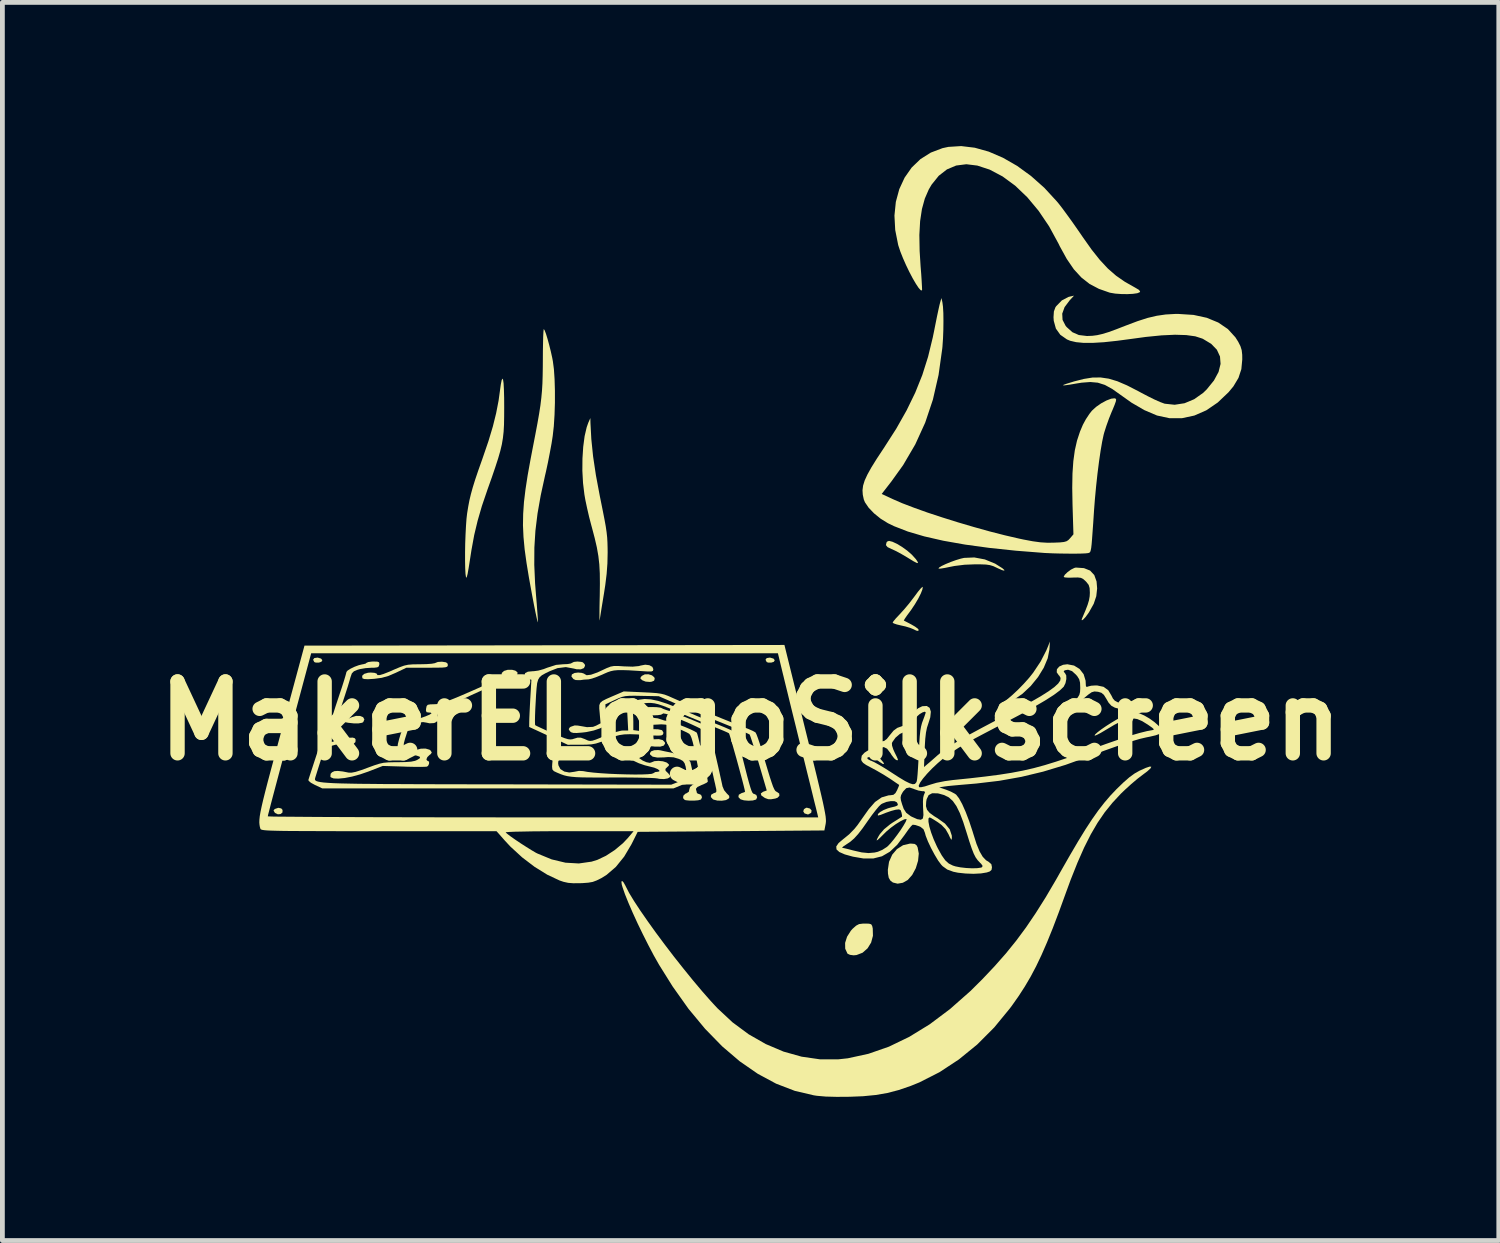
<source format=kicad_pcb>
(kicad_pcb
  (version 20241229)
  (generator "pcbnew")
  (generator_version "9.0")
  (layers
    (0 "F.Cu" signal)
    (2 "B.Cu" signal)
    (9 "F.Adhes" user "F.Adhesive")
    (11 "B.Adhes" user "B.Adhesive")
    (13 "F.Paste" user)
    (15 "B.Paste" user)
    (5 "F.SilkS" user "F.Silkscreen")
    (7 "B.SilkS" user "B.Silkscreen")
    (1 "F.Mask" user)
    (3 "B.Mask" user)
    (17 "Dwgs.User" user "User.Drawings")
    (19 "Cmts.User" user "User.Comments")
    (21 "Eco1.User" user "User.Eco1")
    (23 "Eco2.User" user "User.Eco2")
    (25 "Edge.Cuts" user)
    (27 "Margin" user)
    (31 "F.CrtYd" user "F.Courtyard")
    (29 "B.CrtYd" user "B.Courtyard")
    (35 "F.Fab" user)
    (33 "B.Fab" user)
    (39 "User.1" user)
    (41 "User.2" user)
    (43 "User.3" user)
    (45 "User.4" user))
  (footprint "MakerELogoSilkscreen"
    (layer "F.Cu")
    (at 12.621 12)
    (property "Reference" "MakerELogoSilkscreen" (at 0 0 0) (layer "F.SilkS") (effects (font (size 1.5 1.5) (thickness 0.3))))
    (attr board_only exclude_from_pos_files exclude_from_bom)
    (fp_poly (pts (xy -9.035 -1.319) (xy -8.967 -1.299) (xy -8.941 -1.265) (xy -8.961 -1.232) (xy -9.015 -1.215) (xy -9.078 -1.216) (xy -9.109 -1.227) (xy -9.134 -1.276) (xy -9.109 -1.31) (xy -9.043 -1.32)) (stroke (width 0) (type solid)) (fill yes) (layer "F.SilkS"))
    (fp_poly (pts (xy 0.41 -1.319) (xy 0.479 -1.299) (xy 0.505 -1.265) (xy 0.485 -1.232) (xy 0.431 -1.215) (xy 0.368 -1.216) (xy 0.337 -1.227) (xy 0.312 -1.276) (xy 0.337 -1.31) (xy 0.403 -1.32)) (stroke (width 0) (type solid)) (fill yes) (layer "F.SilkS"))
    (fp_poly (pts (xy -9.799 1.829) (xy -9.772 1.86) (xy -9.773 1.913) (xy -9.812 1.946) (xy -9.869 1.952) (xy -9.925 1.925) (xy -9.937 1.913) (xy -9.96 1.872) (xy -9.936 1.843) (xy -9.934 1.841) (xy -9.861 1.816)) (stroke (width 0) (type solid)) (fill yes) (layer "F.SilkS"))
    (fp_poly (pts (xy 1.239 1.831) (xy 1.274 1.871) (xy 1.267 1.917) (xy 1.261 1.924) (xy 1.2 1.956) (xy 1.13 1.934) (xy 1.126 1.932) (xy 1.1 1.89) (xy 1.115 1.844) (xy 1.16 1.816) (xy 1.176 1.814)) (stroke (width 0) (type solid)) (fill yes) (layer "F.SilkS"))
    (fp_poly (pts (xy -2.059 -0.95) (xy -2.011 -0.909) (xy -2.001 -0.878) (xy -2.015 -0.837) (xy -2.065 -0.817) (xy -2.102 -0.812) (xy -2.191 -0.819) (xy -2.261 -0.847) (xy -2.3 -0.882) (xy -2.293 -0.913) (xy -2.269 -0.939) (xy -2.209 -0.97) (xy -2.132 -0.972)) (stroke (width 0) (type solid)) (fill yes) (layer "F.SilkS"))
    (fp_poly (pts (xy 3.425 2.57) (xy 3.466 2.599) (xy 3.488 2.642) (xy 3.512 2.772) (xy 3.497 2.923) (xy 3.45 3.077) (xy 3.375 3.217) (xy 3.282 3.323) (xy 3.179 3.381) (xy 3.07 3.4) (xy 2.972 3.376) (xy 2.92 3.337) (xy 2.885 3.278) (xy 2.869 3.191) (xy 2.866 3.111) (xy 2.891 2.943) (xy 2.957 2.795) (xy 3.057 2.677) (xy 3.184 2.597) (xy 3.329 2.563) (xy 3.348 2.563)) (stroke (width 0) (type solid)) (fill yes) (layer "F.SilkS"))
    (fp_poly (pts (xy 2.472 4.235) (xy 2.518 4.248) (xy 2.539 4.282) (xy 2.551 4.335) (xy 2.555 4.488) (xy 2.517 4.63) (xy 2.442 4.751) (xy 2.338 4.842) (xy 2.213 4.89) (xy 2.152 4.896) (xy 2.076 4.886) (xy 2.025 4.862) (xy 2.023 4.86) (xy 1.976 4.758) (xy 1.974 4.636) (xy 2.015 4.507) (xy 2.094 4.382) (xy 2.13 4.342) (xy 2.203 4.277) (xy 2.265 4.244) (xy 2.343 4.234) (xy 2.386 4.233)) (stroke (width 0) (type solid)) (fill yes) (layer "F.SilkS"))
    (fp_poly (pts (xy 2.962 -3.739) (xy 3.057 -3.695) (xy 3.163 -3.631) (xy 3.27 -3.554) (xy 3.367 -3.469) (xy 3.445 -3.383) (xy 3.457 -3.368) (xy 3.49 -3.317) (xy 3.495 -3.293) (xy 3.467 -3.298) (xy 3.401 -3.332) (xy 3.293 -3.398) (xy 3.269 -3.413) (xy 3.155 -3.48) (xy 3.043 -3.541) (xy 2.954 -3.583) (xy 2.945 -3.586) (xy 2.86 -3.627) (xy 2.826 -3.669) (xy 2.838 -3.722) (xy 2.849 -3.741) (xy 2.89 -3.757)) (stroke (width 0) (type solid)) (fill yes) (layer "F.SilkS"))
    (fp_poly (pts (xy 6.24 -1.491) (xy 6.204 -1.306) (xy 6.122 -1.11) (xy 6.002 -0.914) (xy 5.851 -0.729) (xy 5.677 -0.565) (xy 5.499 -0.441) (xy 5.396 -0.386) (xy 5.302 -0.344) (xy 5.229 -0.321) (xy 5.188 -0.32) (xy 5.184 -0.327) (xy 5.207 -0.35) (xy 5.262 -0.385) (xy 5.271 -0.389) (xy 5.353 -0.444) (xy 5.46 -0.534) (xy 5.58 -0.646) (xy 5.702 -0.771) (xy 5.815 -0.897) (xy 5.9 -1.004) (xy 6.056 -1.238) (xy 6.174 -1.468) (xy 6.21 -1.554) (xy 6.25 -1.656)) (stroke (width 0) (type solid)) (fill yes) (layer "F.SilkS"))
    (fp_poly (pts (xy 4.891 -3.37) (xy 5.106 -3.282) (xy 5.256 -3.187) (xy 5.299 -3.149) (xy 5.295 -3.135) (xy 5.249 -3.147) (xy 5.167 -3.183) (xy 5.14 -3.196) (xy 5.067 -3.23) (xy 4.997 -3.251) (xy 4.915 -3.263) (xy 4.803 -3.267) (xy 4.694 -3.268) (xy 4.468 -3.259) (xy 4.258 -3.233) (xy 4.166 -3.215) (xy 4.059 -3.193) (xy 3.975 -3.179) (xy 3.929 -3.177) (xy 3.924 -3.179) (xy 3.936 -3.2) (xy 3.991 -3.234) (xy 4.076 -3.274) (xy 4.18 -3.317) (xy 4.289 -3.356) (xy 4.392 -3.387) (xy 4.458 -3.402) (xy 4.671 -3.411)) (stroke (width 0) (type solid)) (fill yes) (layer "F.SilkS"))
    (fp_poly (pts (xy 6.961 -3.188) (xy 7.089 -3.137) (xy 7.176 -3.044) (xy 7.224 -2.91) (xy 7.236 -2.764) (xy 7.218 -2.602) (xy 7.165 -2.444) (xy 7.07 -2.274) (xy 7.047 -2.239) (xy 6.993 -2.166) (xy 6.947 -2.117) (xy 6.918 -2.098) (xy 6.913 -2.115) (xy 6.921 -2.138) (xy 6.99 -2.3) (xy 7.037 -2.422) (xy 7.066 -2.518) (xy 7.08 -2.6) (xy 7.084 -2.673) (xy 7.079 -2.772) (xy 7.059 -2.838) (xy 7.013 -2.897) (xy 6.998 -2.913) (xy 6.946 -2.96) (xy 6.898 -2.985) (xy 6.834 -2.993) (xy 6.733 -2.991) (xy 6.724 -2.99) (xy 6.629 -2.989) (xy 6.562 -2.994) (xy 6.537 -3.005) (xy 6.56 -3.049) (xy 6.617 -3.104) (xy 6.689 -3.157) (xy 6.759 -3.192) (xy 6.792 -3.2)) (stroke (width 0) (type solid)) (fill yes) (layer "F.SilkS"))
    (fp_poly (pts (xy 3.588 -2.744) (xy 3.555 -2.659) (xy 3.501 -2.552) (xy 3.432 -2.435) (xy 3.355 -2.319) (xy 3.327 -2.281) (xy 3.264 -2.196) (xy 3.219 -2.13) (xy 3.2 -2.096) (xy 3.2 -2.094) (xy 3.23 -2.078) (xy 3.294 -2.045) (xy 3.353 -2.014) (xy 3.434 -1.967) (xy 3.491 -1.925) (xy 3.507 -1.906) (xy 3.503 -1.876) (xy 3.459 -1.884) (xy 3.398 -1.914) (xy 3.331 -1.941) (xy 3.232 -1.971) (xy 3.146 -1.99) (xy 3.054 -2.012) (xy 2.989 -2.034) (xy 2.966 -2.051) (xy 2.985 -2.081) (xy 3.035 -2.141) (xy 3.106 -2.216) (xy 3.117 -2.228) (xy 3.207 -2.327) (xy 3.31 -2.45) (xy 3.406 -2.575) (xy 3.427 -2.603) (xy 3.495 -2.695) (xy 3.551 -2.762) (xy 3.586 -2.795) (xy 3.595 -2.795)) (stroke (width 0) (type solid)) (fill yes) (layer "F.SilkS"))
    (fp_poly (pts (xy -2.113 -1.161) (xy -2.051 -1.127) (xy -2.03 -1.078) (xy -2.038 -1.044) (xy -2.072 -1.03) (xy -2.146 -1.03) (xy -2.16 -1.031) (xy -2.377 -1.045) (xy -2.546 -1.055) (xy -2.675 -1.059) (xy -2.774 -1.058) (xy -2.852 -1.051) (xy -2.918 -1.037) (xy -2.981 -1.016) (xy -3.051 -0.986) (xy -3.094 -0.966) (xy -3.207 -0.919) (xy -3.309 -0.883) (xy -3.381 -0.866) (xy -3.395 -0.865) (xy -3.481 -0.86) (xy -3.557 -0.849) (xy -3.651 -0.851) (xy -3.698 -0.872) (xy -3.74 -0.924) (xy -3.731 -0.969) (xy -3.675 -0.999) (xy -3.602 -1.008) (xy -3.525 -1.001) (xy -3.476 -0.985) (xy -3.47 -0.979) (xy -3.422 -0.952) (xy -3.331 -0.963) (xy -3.198 -1.01) (xy -3.105 -1.053) (xy -3.001 -1.102) (xy -2.923 -1.132) (xy -2.851 -1.145) (xy -2.764 -1.145) (xy -2.643 -1.137) (xy -2.462 -1.131) (xy -2.334 -1.143) (xy -2.295 -1.154) (xy -2.199 -1.172)) (stroke (width 0) (type solid)) (fill yes) (layer "F.SilkS"))
    (fp_poly (pts (xy -6.433 -1.233) (xy -6.358 -1.221) (xy -6.326 -1.195) (xy -6.321 -1.166) (xy -6.324 -1.144) (xy -6.338 -1.129) (xy -6.372 -1.118) (xy -6.435 -1.112) (xy -6.535 -1.11) (xy -6.68 -1.109) (xy -6.753 -1.109) (xy -7.185 -1.109) (xy -7.408 -1.003) (xy -7.562 -0.937) (xy -7.701 -0.898) (xy -7.857 -0.877) (xy -7.858 -0.877) (xy -7.988 -0.869) (xy -8.068 -0.873) (xy -8.105 -0.889) (xy -8.105 -0.891) (xy -8.11 -0.94) (xy -8.068 -0.98) (xy -7.988 -1.004) (xy -7.93 -1.008) (xy -7.854 -1.002) (xy -7.809 -0.987) (xy -7.804 -0.979) (xy -7.79 -0.956) (xy -7.745 -0.955) (xy -7.662 -0.979) (xy -7.537 -1.028) (xy -7.452 -1.066) (xy -7.329 -1.118) (xy -7.236 -1.152) (xy -7.151 -1.171) (xy -7.053 -1.179) (xy -6.922 -1.181) (xy -6.899 -1.181) (xy -6.765 -1.184) (xy -6.658 -1.192) (xy -6.591 -1.204) (xy -6.576 -1.211) (xy -6.529 -1.229) (xy -6.452 -1.234)) (stroke (width 0) (type solid)) (fill yes) (layer "F.SilkS"))
    (fp_poly (pts (xy -3.343 -6.22) (xy -3.325 -5.883) (xy -3.288 -5.521) (xy -3.229 -5.127) (xy -3.147 -4.69) (xy -3.133 -4.622) (xy -3.087 -4.393) (xy -3.051 -4.21) (xy -3.024 -4.062) (xy -3.006 -3.938) (xy -2.994 -3.828) (xy -2.988 -3.721) (xy -2.985 -3.606) (xy -2.984 -3.513) (xy -2.989 -3.287) (xy -3.005 -3.068) (xy -3.034 -2.832) (xy -3.06 -2.664) (xy -3.087 -2.499) (xy -3.112 -2.348) (xy -3.132 -2.221) (xy -3.146 -2.132) (xy -3.15 -2.102) (xy -3.153 -2.099) (xy -3.155 -2.147) (xy -3.155 -2.24) (xy -3.154 -2.369) (xy -3.151 -2.53) (xy -3.149 -2.606) (xy -3.146 -2.864) (xy -3.148 -3.079) (xy -3.158 -3.266) (xy -3.178 -3.441) (xy -3.209 -3.619) (xy -3.254 -3.814) (xy -3.314 -4.042) (xy -3.327 -4.089) (xy -3.371 -4.258) (xy -3.413 -4.44) (xy -3.449 -4.609) (xy -3.469 -4.723) (xy -3.498 -4.965) (xy -3.512 -5.221) (xy -3.51 -5.477) (xy -3.494 -5.722) (xy -3.465 -5.943) (xy -3.422 -6.128) (xy -3.389 -6.222) (xy -3.345 -6.321)) (stroke (width 0) (type solid)) (fill yes) (layer "F.SilkS"))
    (fp_poly (pts (xy -5.168 -7.124) (xy -5.157 -7.05) (xy -5.15 -6.922) (xy -5.145 -6.743) (xy -5.144 -6.544) (xy -5.145 -6.348) (xy -5.148 -6.182) (xy -5.156 -6.037) (xy -5.171 -5.903) (xy -5.193 -5.772) (xy -5.226 -5.633) (xy -5.271 -5.477) (xy -5.33 -5.295) (xy -5.404 -5.078) (xy -5.497 -4.817) (xy -5.497 -4.816) (xy -5.61 -4.484) (xy -5.698 -4.18) (xy -5.77 -3.88) (xy -5.828 -3.563) (xy -5.858 -3.37) (xy -5.886 -3.191) (xy -5.908 -3.067) (xy -5.926 -3) (xy -5.939 -2.989) (xy -5.941 -2.996) (xy -5.952 -3.068) (xy -5.958 -3.187) (xy -5.961 -3.34) (xy -5.961 -3.516) (xy -5.958 -3.703) (xy -5.951 -3.89) (xy -5.942 -4.066) (xy -5.931 -4.219) (xy -5.918 -4.331) (xy -5.895 -4.473) (xy -5.87 -4.604) (xy -5.839 -4.734) (xy -5.8 -4.875) (xy -5.75 -5.036) (xy -5.685 -5.228) (xy -5.602 -5.462) (xy -5.589 -5.5) (xy -5.472 -5.842) (xy -5.381 -6.145) (xy -5.312 -6.423) (xy -5.261 -6.687) (xy -5.235 -6.875) (xy -5.215 -7.021) (xy -5.197 -7.111) (xy -5.181 -7.145)) (stroke (width 0) (type solid)) (fill yes) (layer "F.SilkS"))
    (fp_poly (pts (xy -4.299 -8.152) (xy -4.272 -8.081) (xy -4.24 -7.977) (xy -4.205 -7.85) (xy -4.171 -7.714) (xy -4.141 -7.578) (xy -4.128 -7.509) (xy -4.106 -7.342) (xy -4.092 -7.132) (xy -4.085 -6.894) (xy -4.085 -6.641) (xy -4.093 -6.389) (xy -4.108 -6.152) (xy -4.131 -5.947) (xy -4.155 -5.792) (xy -4.19 -5.603) (xy -4.23 -5.398) (xy -4.273 -5.198) (xy -4.29 -5.126) (xy -4.381 -4.709) (xy -4.448 -4.329) (xy -4.492 -3.97) (xy -4.514 -3.618) (xy -4.516 -3.256) (xy -4.499 -2.871) (xy -4.48 -2.625) (xy -4.465 -2.452) (xy -4.454 -2.3) (xy -4.445 -2.178) (xy -4.441 -2.094) (xy -4.441 -2.058) (xy -4.442 -2.057) (xy -4.45 -2.081) (xy -4.467 -2.153) (xy -4.491 -2.265) (xy -4.52 -2.409) (xy -4.552 -2.577) (xy -4.56 -2.619) (xy -4.626 -2.982) (xy -4.678 -3.298) (xy -4.717 -3.58) (xy -4.741 -3.838) (xy -4.752 -4.081) (xy -4.748 -4.321) (xy -4.731 -4.569) (xy -4.699 -4.834) (xy -4.654 -5.127) (xy -4.594 -5.459) (xy -4.55 -5.688) (xy -4.495 -5.972) (xy -4.45 -6.21) (xy -4.415 -6.411) (xy -4.388 -6.585) (xy -4.369 -6.742) (xy -4.355 -6.89) (xy -4.346 -7.041) (xy -4.341 -7.204) (xy -4.338 -7.388) (xy -4.337 -7.538) (xy -4.336 -7.723) (xy -4.333 -7.887) (xy -4.33 -8.022) (xy -4.325 -8.12) (xy -4.32 -8.172) (xy -4.317 -8.179)) (stroke (width 0) (type solid)) (fill yes) (layer "F.SilkS"))
    (fp_poly (pts (xy -7.793 -1.236) (xy -7.757 -1.222) (xy -7.75 -1.19) (xy -7.752 -1.174) (xy -7.763 -1.136) (xy -7.793 -1.117) (xy -7.857 -1.109) (xy -7.922 -1.108) (xy -8.039 -1.1) (xy -8.156 -1.08) (xy -8.203 -1.067) (xy -8.282 -1.034) (xy -8.325 -0.99) (xy -8.352 -0.913) (xy -8.353 -0.91) (xy -8.375 -0.833) (xy -8.409 -0.719) (xy -8.452 -0.585) (xy -8.485 -0.483) (xy -8.526 -0.358) (xy -8.559 -0.253) (xy -8.581 -0.18) (xy -8.589 -0.152) (xy -8.567 -0.125) (xy -8.511 -0.089) (xy -8.499 -0.082) (xy -8.429 -0.053) (xy -8.376 -0.054) (xy -8.321 -0.077) (xy -8.236 -0.103) (xy -8.153 -0.102) (xy -8.09 -0.077) (xy -8.064 -0.031) (xy -8.063 -0.03) (xy -8.086 0.024) (xy -8.109 0.04) (xy -8.183 0.053) (xy -8.288 0.053) (xy -8.4 0.041) (xy -8.452 0.031) (xy -8.53 0.005) (xy -8.613 -0.03) (xy -8.683 -0.068) (xy -8.723 -0.098) (xy -8.726 -0.106) (xy -8.717 -0.138) (xy -8.693 -0.215) (xy -8.657 -0.327) (xy -8.611 -0.465) (xy -8.582 -0.553) (xy -8.532 -0.702) (xy -8.49 -0.834) (xy -8.459 -0.938) (xy -8.441 -1.004) (xy -8.438 -1.02) (xy -8.413 -1.05) (xy -8.351 -1.089) (xy -8.268 -1.129) (xy -8.181 -1.161) (xy -8.108 -1.179) (xy -8.09 -1.181) (xy -8.037 -1.195) (xy -8.02 -1.21) (xy -7.983 -1.227) (xy -7.91 -1.237) (xy -7.873 -1.238)) (stroke (width 0) (type solid)) (fill yes) (layer "F.SilkS"))
    (fp_poly (pts (xy -1.958 -0.285) (xy -1.887 -0.276) (xy -1.861 -0.267) (xy -1.822 -0.248) (xy -1.75 -0.222) (xy -1.719 -0.213) (xy -1.664 -0.194) (xy -1.571 -0.159) (xy -1.451 -0.112) (xy -1.318 -0.059) (xy -1.183 -0.004) (xy -1.058 0.048) (xy -0.956 0.091) (xy -0.888 0.122) (xy -0.87 0.131) (xy -0.862 0.159) (xy -0.844 0.234) (xy -0.817 0.345) (xy -0.785 0.483) (xy -0.749 0.638) (xy -0.712 0.801) (xy -0.675 0.962) (xy -0.642 1.111) (xy -0.614 1.238) (xy -0.593 1.333) (xy -0.586 1.368) (xy -0.552 1.449) (xy -0.496 1.517) (xy -0.448 1.565) (xy -0.443 1.6) (xy -0.459 1.625) (xy -0.514 1.655) (xy -0.6 1.668) (xy -0.695 1.665) (xy -0.775 1.644) (xy -0.785 1.639) (xy -0.83 1.591) (xy -0.823 1.543) (xy -0.767 1.51) (xy -0.73 1.498) (xy -0.714 1.477) (xy -0.716 1.431) (xy -0.735 1.346) (xy -0.738 1.33) (xy -0.758 1.245) (xy -0.786 1.118) (xy -0.821 0.962) (xy -0.858 0.792) (xy -0.88 0.691) (xy -0.916 0.531) (xy -0.951 0.39) (xy -0.981 0.278) (xy -1.005 0.205) (xy -1.017 0.182) (xy -1.055 0.158) (xy -1.134 0.119) (xy -1.242 0.069) (xy -1.366 0.014) (xy -1.494 -0.04) (xy -1.614 -0.089) (xy -1.713 -0.127) (xy -1.764 -0.145) (xy -1.823 -0.155) (xy -1.843 -0.142) (xy -1.869 -0.128) (xy -1.937 -0.118) (xy -2.016 -0.115) (xy -2.118 -0.119) (xy -2.172 -0.132) (xy -2.189 -0.155) (xy -2.189 -0.156) (xy -2.199 -0.219) (xy -2.206 -0.242) (xy -2.207 -0.268) (xy -2.179 -0.282) (xy -2.11 -0.287) (xy -2.053 -0.288)) (stroke (width 0) (type solid)) (fill yes) (layer "F.SilkS"))
    (fp_poly (pts (xy -1.938 -0.052) (xy -1.877 -0.032) (xy -1.799 -0.006) (xy -1.749 -0.000001) (xy -1.695 0.011) (xy -1.605 0.04) (xy -1.493 0.081) (xy -1.374 0.127) (xy -1.263 0.174) (xy -1.176 0.216) (xy -1.126 0.245) (xy -1.123 0.248) (xy -1.111 0.28) (xy -1.09 0.358) (xy -1.063 0.47) (xy -1.031 0.606) (xy -0.997 0.752) (xy -0.965 0.9) (xy -0.935 1.037) (xy -0.912 1.152) (xy -0.897 1.235) (xy -0.893 1.271) (xy -0.917 1.292) (xy -0.979 1.323) (xy -1.024 1.341) (xy -1.109 1.381) (xy -1.14 1.418) (xy -1.139 1.432) (xy -1.124 1.486) (xy -1.123 1.5) (xy -1.1 1.523) (xy -1.079 1.526) (xy -1.033 1.548) (xy -1.014 1.594) (xy -1.033 1.639) (xy -1.04 1.644) (xy -1.093 1.659) (xy -1.179 1.666) (xy -1.273 1.666) (xy -1.351 1.658) (xy -1.375 1.651) (xy -1.409 1.614) (xy -1.404 1.564) (xy -1.364 1.523) (xy -1.344 1.516) (xy -1.29 1.482) (xy -1.279 1.434) (xy -1.264 1.381) (xy -1.206 1.333) (xy -1.166 1.311) (xy -1.096 1.276) (xy -1.053 1.255) (xy -1.046 1.253) (xy -1.05 1.226) (xy -1.063 1.152) (xy -1.084 1.04) (xy -1.111 0.899) (xy -1.134 0.781) (xy -1.173 0.592) (xy -1.205 0.453) (xy -1.233 0.357) (xy -1.259 0.298) (xy -1.282 0.27) (xy -1.334 0.241) (xy -1.423 0.2) (xy -1.531 0.155) (xy -1.554 0.146) (xy -1.679 0.102) (xy -1.775 0.079) (xy -1.865 0.073) (xy -1.945 0.078) (xy -2.049 0.083) (xy -2.113 0.076) (xy -2.151 0.053) (xy -2.158 0.045) (xy -2.181 -0.005) (xy -2.167 -0.033) (xy -2.113 -0.056) (xy -2.028 -0.062)) (stroke (width 0) (type solid)) (fill yes) (layer "F.SilkS"))
    (fp_poly (pts (xy 4.68 -11.966) (xy 4.973 -11.884) (xy 5.27 -11.756) (xy 5.566 -11.586) (xy 5.855 -11.376) (xy 6.133 -11.129) (xy 6.392 -10.848) (xy 6.437 -10.794) (xy 6.512 -10.697) (xy 6.609 -10.565) (xy 6.721 -10.41) (xy 6.837 -10.244) (xy 6.938 -10.097) (xy 7.122 -9.837) (xy 7.294 -9.621) (xy 7.46 -9.443) (xy 7.631 -9.294) (xy 7.814 -9.167) (xy 8.017 -9.052) (xy 8.031 -9.044) (xy 8.107 -8.999) (xy 8.133 -8.966) (xy 8.126 -8.949) (xy 8.075 -8.928) (xy 7.983 -8.915) (xy 7.865 -8.909) (xy 7.736 -8.911) (xy 7.612 -8.92) (xy 7.508 -8.938) (xy 7.495 -8.941) (xy 7.273 -9.019) (xy 7.079 -9.121) (xy 6.907 -9.256) (xy 6.75 -9.427) (xy 6.602 -9.643) (xy 6.456 -9.908) (xy 6.429 -9.964) (xy 6.233 -10.324) (xy 6.014 -10.648) (xy 5.777 -10.932) (xy 5.525 -11.173) (xy 5.262 -11.366) (xy 4.991 -11.509) (xy 4.734 -11.593) (xy 4.505 -11.621) (xy 4.293 -11.594) (xy 4.1 -11.513) (xy 3.929 -11.38) (xy 3.78 -11.195) (xy 3.72 -11.093) (xy 3.638 -10.904) (xy 3.578 -10.686) (xy 3.54 -10.434) (xy 3.524 -10.144) (xy 3.53 -9.809) (xy 3.55 -9.489) (xy 3.563 -9.327) (xy 3.572 -9.187) (xy 3.578 -9.077) (xy 3.581 -9.007) (xy 3.579 -8.986) (xy 3.552 -8.991) (xy 3.508 -9.04) (xy 3.451 -9.126) (xy 3.385 -9.239) (xy 3.315 -9.372) (xy 3.246 -9.515) (xy 3.182 -9.66) (xy 3.127 -9.798) (xy 3.086 -9.922) (xy 3.082 -9.935) (xy 3.02 -10.248) (xy 3.004 -10.549) (xy 3.033 -10.835) (xy 3.105 -11.101) (xy 3.216 -11.341) (xy 3.364 -11.552) (xy 3.547 -11.728) (xy 3.763 -11.864) (xy 4.008 -11.957) (xy 4.129 -11.983) (xy 4.397 -12)) (stroke (width 0) (type solid)) (fill yes) (layer "F.SilkS"))
    (fp_poly (pts (xy -8.263 0.364) (xy -8.246 0.39) (xy -8.25 0.444) (xy -8.296 0.487) (xy -8.37 0.513) (xy -8.456 0.518) (xy -8.539 0.497) (xy -8.548 0.493) (xy -8.616 0.486) (xy -8.728 0.516) (xy -8.747 0.523) (xy -8.897 0.579) (xy -8.981 0.844) (xy -9.02 0.967) (xy -9.054 1.075) (xy -9.078 1.152) (xy -9.085 1.174) (xy -9.091 1.195) (xy -9.095 1.213) (xy -9.094 1.23) (xy -9.085 1.245) (xy -9.065 1.258) (xy -9.031 1.269) (xy -8.98 1.279) (xy -8.911 1.288) (xy -8.819 1.295) (xy -8.701 1.302) (xy -8.556 1.307) (xy -8.38 1.311) (xy -8.171 1.315) (xy -7.925 1.317) (xy -7.64 1.32) (xy -7.312 1.321) (xy -6.939 1.323) (xy -6.519 1.324) (xy -6.048 1.325) (xy -5.523 1.326) (xy -5.284 1.326) (xy -1.656 1.333) (xy -1.488 1.268) (xy -1.319 1.203) (xy -1.338 1.07) (xy -1.356 0.956) (xy -1.378 0.885) (xy -1.411 0.84) (xy -1.466 0.808) (xy -1.506 0.792) (xy -1.607 0.762) (xy -1.719 0.756) (xy -1.805 0.763) (xy -1.946 0.767) (xy -2.045 0.748) (xy -2.096 0.706) (xy -2.102 0.676) (xy -2.077 0.638) (xy -2.013 0.614) (xy -1.928 0.61) (xy -1.879 0.617) (xy -1.8 0.635) (xy -1.7 0.655) (xy -1.67 0.661) (xy -1.524 0.698) (xy -1.399 0.748) (xy -1.306 0.803) (xy -1.257 0.859) (xy -1.254 0.87) (xy -1.225 0.999) (xy -1.202 1.108) (xy -1.186 1.184) (xy -1.181 1.214) (xy -1.206 1.233) (xy -1.271 1.267) (xy -1.365 1.309) (xy -1.395 1.322) (xy -1.609 1.411) (xy -5.275 1.411) (xy -8.942 1.411) (xy -9.093 1.34) (xy -9.18 1.293) (xy -9.227 1.252) (xy -9.232 1.233) (xy -9.219 1.192) (xy -9.192 1.108) (xy -9.155 0.995) (xy -9.114 0.869) (xy -9.007 0.542) (xy -8.877 0.486) (xy -8.586 0.389) (xy -8.388 0.354) (xy -8.306 0.35)) (stroke (width 0) (type solid)) (fill yes) (layer "F.SilkS"))
    (fp_poly (pts (xy -2.248 -0.596) (xy -2.084 -0.588) (xy -1.963 -0.579) (xy -1.871 -0.566) (xy -1.794 -0.547) (xy -1.717 -0.518) (xy -1.652 -0.489) (xy -1.545 -0.442) (xy -1.396 -0.378) (xy -1.217 -0.303) (xy -1.019 -0.221) (xy -0.813 -0.136) (xy -0.611 -0.054) (xy -0.425 0.021) (xy -0.266 0.084) (xy -0.146 0.13) (xy -0.144 0.131) (xy -0.038 0.173) (xy 0.048 0.211) (xy 0.098 0.239) (xy 0.103 0.243) (xy 0.123 0.281) (xy 0.154 0.363) (xy 0.192 0.476) (xy 0.227 0.59) (xy 0.3 0.834) (xy 0.358 1.028) (xy 0.404 1.179) (xy 0.441 1.291) (xy 0.469 1.371) (xy 0.493 1.425) (xy 0.512 1.457) (xy 0.531 1.475) (xy 0.548 1.483) (xy 0.598 1.518) (xy 0.602 1.565) (xy 0.563 1.606) (xy 0.515 1.623) (xy 0.427 1.638) (xy 0.368 1.636) (xy 0.31 1.615) (xy 0.29 1.605) (xy 0.225 1.559) (xy 0.214 1.516) (xy 0.26 1.482) (xy 0.268 1.479) (xy 0.338 1.454) (xy 0.17 0.88) (xy 0.118 0.707) (xy 0.071 0.553) (xy 0.03 0.426) (xy -0.000215 0.335) (xy -0.018 0.289) (xy -0.021 0.285) (xy -0.054 0.268) (xy -0.131 0.234) (xy -0.245 0.186) (xy -0.386 0.128) (xy -0.545 0.064) (xy -0.547 0.063) (xy -0.748 -0.018) (xy -0.97 -0.11) (xy -1.192 -0.202) (xy -1.393 -0.287) (xy -1.484 -0.326) (xy -1.917 -0.514) (xy -2.276 -0.521) (xy -2.427 -0.524) (xy -2.535 -0.522) (xy -2.616 -0.515) (xy -2.684 -0.499) (xy -2.753 -0.473) (xy -2.834 -0.436) (xy -3.032 -0.344) (xy -3.016 -0.126) (xy -2.999 0.091) (xy -3.148 0.159) (xy -3.275 0.202) (xy -3.43 0.235) (xy -3.515 0.245) (xy -3.63 0.254) (xy -3.702 0.252) (xy -3.746 0.239) (xy -3.773 0.216) (xy -3.797 0.174) (xy -3.777 0.14) (xy -3.757 0.125) (xy -3.673 0.096) (xy -3.607 0.099) (xy -3.507 0.116) (xy -3.416 0.132) (xy -3.29 0.126) (xy -3.225 0.101) (xy -3.132 0.052) (xy -3.15 -0.157) (xy -3.159 -0.257) (xy -3.158 -0.326) (xy -3.139 -0.375) (xy -3.093 -0.415) (xy -3.013 -0.456) (xy -2.89 -0.51) (xy -2.871 -0.518) (xy -2.647 -0.614)) (stroke (width 0) (type solid)) (fill yes) (layer "F.SilkS"))
    (fp_poly (pts (xy 6.663 -8.78) (xy 6.556 -8.637) (xy 6.507 -8.501) (xy 6.514 -8.371) (xy 6.578 -8.247) (xy 6.602 -8.219) (xy 6.719 -8.114) (xy 6.854 -8.055) (xy 7.02 -8.035) (xy 7.033 -8.035) (xy 7.136 -8.039) (xy 7.236 -8.052) (xy 7.345 -8.077) (xy 7.474 -8.116) (xy 7.633 -8.174) (xy 7.831 -8.251) (xy 8.078 -8.344) (xy 8.289 -8.412) (xy 8.481 -8.457) (xy 8.667 -8.484) (xy 8.863 -8.495) (xy 8.938 -8.495) (xy 9.249 -8.475) (xy 9.525 -8.415) (xy 9.765 -8.316) (xy 9.965 -8.18) (xy 10.122 -8.008) (xy 10.181 -7.915) (xy 10.228 -7.822) (xy 10.254 -7.739) (xy 10.265 -7.642) (xy 10.266 -7.545) (xy 10.247 -7.343) (xy 10.187 -7.16) (xy 10.081 -6.983) (xy 9.979 -6.86) (xy 9.754 -6.646) (xy 9.515 -6.483) (xy 9.266 -6.374) (xy 9.009 -6.319) (xy 8.749 -6.318) (xy 8.489 -6.374) (xy 8.473 -6.38) (xy 8.22 -6.488) (xy 7.952 -6.644) (xy 7.726 -6.805) (xy 7.551 -6.929) (xy 7.398 -7.013) (xy 7.25 -7.06) (xy 7.093 -7.074) (xy 6.911 -7.06) (xy 6.811 -7.044) (xy 6.658 -7.018) (xy 6.562 -7.005) (xy 6.521 -7.004) (xy 6.535 -7.015) (xy 6.604 -7.04) (xy 6.728 -7.078) (xy 6.753 -7.086) (xy 6.957 -7.138) (xy 7.138 -7.167) (xy 7.308 -7.169) (xy 7.478 -7.144) (xy 7.658 -7.09) (xy 7.859 -7.004) (xy 8.093 -6.884) (xy 8.15 -6.853) (xy 8.293 -6.778) (xy 8.43 -6.71) (xy 8.549 -6.657) (xy 8.635 -6.625) (xy 8.648 -6.621) (xy 8.854 -6.599) (xy 9.061 -6.631) (xy 9.262 -6.715) (xy 9.449 -6.847) (xy 9.525 -6.921) (xy 9.675 -7.106) (xy 9.771 -7.284) (xy 9.813 -7.452) (xy 9.801 -7.607) (xy 9.736 -7.748) (xy 9.617 -7.871) (xy 9.446 -7.974) (xy 9.431 -7.981) (xy 9.285 -8.028) (xy 9.096 -8.054) (xy 8.862 -8.061) (xy 8.581 -8.048) (xy 8.25 -8.015) (xy 7.986 -7.979) (xy 7.656 -7.935) (xy 7.377 -7.905) (xy 7.144 -7.891) (xy 6.953 -7.891) (xy 6.797 -7.906) (xy 6.673 -7.935) (xy 6.606 -7.963) (xy 6.467 -8.06) (xy 6.375 -8.189) (xy 6.33 -8.352) (xy 6.325 -8.427) (xy 6.333 -8.547) (xy 6.365 -8.634) (xy 6.382 -8.658) (xy 6.499 -8.778) (xy 6.634 -8.849) (xy 6.667 -8.858) (xy 6.753 -8.877)) (stroke (width 0) (type solid)) (fill yes) (layer "F.SilkS"))
    (fp_poly (pts (xy 8.367 0.959) (xy 8.351 0.992) (xy 8.286 1.052) (xy 8.196 1.12) (xy 8.082 1.207) (xy 7.948 1.32) (xy 7.815 1.441) (xy 7.733 1.52) (xy 7.557 1.709) (xy 7.395 1.909) (xy 7.245 2.128) (xy 7.103 2.371) (xy 6.964 2.647) (xy 6.826 2.96) (xy 6.683 3.319) (xy 6.58 3.6) (xy 6.439 3.988) (xy 6.31 4.328) (xy 6.189 4.626) (xy 6.074 4.89) (xy 5.961 5.127) (xy 5.846 5.344) (xy 5.726 5.548) (xy 5.598 5.746) (xy 5.458 5.945) (xy 5.414 6.004) (xy 5.088 6.401) (xy 4.732 6.758) (xy 4.349 7.07) (xy 3.946 7.335) (xy 3.525 7.549) (xy 3.343 7.623) (xy 3.095 7.708) (xy 2.858 7.77) (xy 2.614 7.812) (xy 2.347 7.838) (xy 2.073 7.849) (xy 1.797 7.851) (xy 1.57 7.845) (xy 1.386 7.829) (xy 1.32 7.819) (xy 0.924 7.726) (xy 0.534 7.576) (xy 0.151 7.37) (xy -0.225 7.11) (xy -0.592 6.797) (xy -0.949 6.431) (xy -1.295 6.014) (xy -1.628 5.545) (xy -1.91 5.094) (xy -2.02 4.9) (xy -2.134 4.684) (xy -2.249 4.456) (xy -2.36 4.227) (xy -2.462 4.004) (xy -2.551 3.798) (xy -2.623 3.619) (xy -2.673 3.475) (xy -2.689 3.42) (xy -2.697 3.358) (xy -2.682 3.343) (xy -2.652 3.373) (xy -2.612 3.444) (xy -2.604 3.461) (xy -2.536 3.593) (xy -2.434 3.761) (xy -2.304 3.959) (xy -2.15 4.181) (xy -1.979 4.42) (xy -1.793 4.67) (xy -1.599 4.924) (xy -1.4 5.175) (xy -1.203 5.418) (xy -1.012 5.645) (xy -0.832 5.85) (xy -0.693 6) (xy -0.378 6.294) (xy -0.039 6.545) (xy 0.318 6.749) (xy 0.688 6.906) (xy 1.066 7.012) (xy 1.447 7.067) (xy 1.827 7.068) (xy 2.03 7.046) (xy 2.461 6.952) (xy 2.889 6.803) (xy 3.315 6.597) (xy 3.74 6.336) (xy 4.164 6.018) (xy 4.589 5.643) (xy 4.838 5.396) (xy 5.095 5.124) (xy 5.329 4.859) (xy 5.545 4.592) (xy 5.751 4.314) (xy 5.954 4.014) (xy 6.162 3.684) (xy 6.38 3.313) (xy 6.478 3.139) (xy 6.669 2.805) (xy 6.838 2.517) (xy 6.99 2.269) (xy 7.13 2.055) (xy 7.261 1.87) (xy 7.387 1.708) (xy 7.512 1.562) (xy 7.641 1.426) (xy 7.644 1.423) (xy 7.79 1.282) (xy 7.912 1.176) (xy 8.02 1.098) (xy 8.125 1.039) (xy 8.126 1.039) (xy 8.253 0.982) (xy 8.334 0.955)) (stroke (width 0) (type solid)) (fill yes) (layer "F.SilkS"))
    (fp_poly (pts (xy -1.833 0.403) (xy -1.79 0.449) (xy -1.785 0.474) (xy -1.812 0.517) (xy -1.885 0.539) (xy -2.001 0.538) (xy -2.042 0.533) (xy -2.188 0.531) (xy -2.285 0.558) (xy -2.359 0.595) (xy -2.386 0.634) (xy -2.376 0.695) (xy -2.364 0.728) (xy -2.323 0.781) (xy -2.254 0.829) (xy -2.174 0.864) (xy -2.104 0.878) (xy -2.063 0.865) (xy -2.008 0.842) (xy -1.923 0.836) (xy -1.83 0.845) (xy -1.756 0.869) (xy -1.741 0.878) (xy -1.703 0.913) (xy -1.71 0.94) (xy -1.735 0.961) (xy -1.778 1.004) (xy -1.774 1.043) (xy -1.723 1.092) (xy -1.684 1.138) (xy -1.68 1.173) (xy -1.727 1.202) (xy -1.808 1.216) (xy -1.902 1.212) (xy -1.946 1.203) (xy -1.996 1.197) (xy -2.095 1.192) (xy -2.236 1.188) (xy -2.41 1.185) (xy -2.61 1.183) (xy -2.828 1.183) (xy -2.894 1.183) (xy -3.148 1.184) (xy -3.352 1.183) (xy -3.514 1.181) (xy -3.641 1.176) (xy -3.742 1.167) (xy -3.824 1.155) (xy -3.894 1.138) (xy -3.96 1.115) (xy -4.03 1.086) (xy -4.04 1.082) (xy -4.107 1.05) (xy -4.138 1.015) (xy -4.144 0.957) (xy -4.141 0.902) (xy -4.134 0.827) (xy -4.116 0.781) (xy -4.074 0.748) (xy -3.994 0.713) (xy -3.974 0.705) (xy -3.814 0.644) (xy -3.695 0.605) (xy -3.604 0.586) (xy -3.53 0.584) (xy -3.497 0.589) (xy -3.424 0.614) (xy -3.399 0.655) (xy -3.398 0.662) (xy -3.423 0.715) (xy -3.498 0.741) (xy -3.622 0.739) (xy -3.652 0.735) (xy -3.801 0.735) (xy -3.893 0.761) (xy -3.974 0.799) (xy -4.012 0.835) (xy -4.018 0.885) (xy -4.011 0.93) (xy -3.97 1.008) (xy -3.889 1.059) (xy -3.786 1.079) (xy -3.681 1.064) (xy -3.583 1.045) (xy -3.495 1.05) (xy -3.494 1.05) (xy -3.406 1.066) (xy -3.28 1.081) (xy -3.127 1.094) (xy -2.955 1.105) (xy -2.773 1.113) (xy -2.593 1.118) (xy -2.422 1.121) (xy -2.271 1.12) (xy -2.149 1.115) (xy -2.066 1.107) (xy -2.03 1.094) (xy -1.99 1.07) (xy -1.954 1.066) (xy -1.906 1.057) (xy -1.904 1.035) (xy -1.942 1.007) (xy -2.011 0.978) (xy -2.076 0.962) (xy -2.209 0.928) (xy -2.33 0.887) (xy -2.425 0.843) (xy -2.479 0.802) (xy -2.482 0.798) (xy -2.497 0.747) (xy -2.505 0.669) (xy -2.505 0.66) (xy -2.5 0.606) (xy -2.479 0.563) (xy -2.434 0.526) (xy -2.355 0.488) (xy -2.233 0.443) (xy -2.16 0.419) (xy -2.027 0.386) (xy -1.915 0.382)) (stroke (width 0) (type solid)) (fill yes) (layer "F.SilkS"))
    (fp_poly (pts (xy 4.005 -8.74) (xy 4.017 -8.649) (xy 4.025 -8.514) (xy 4.027 -8.349) (xy 4.025 -8.168) (xy 4.018 -7.983) (xy 4.006 -7.808) (xy 4.002 -7.771) (xy 3.925 -7.221) (xy 3.807 -6.707) (xy 3.646 -6.226) (xy 3.439 -5.772) (xy 3.186 -5.34) (xy 2.939 -4.996) (xy 2.738 -4.737) (xy 2.967 -4.63) (xy 3.167 -4.543) (xy 3.413 -4.449) (xy 3.695 -4.348) (xy 4.005 -4.246) (xy 4.331 -4.144) (xy 4.664 -4.046) (xy 4.994 -3.954) (xy 5.311 -3.873) (xy 5.605 -3.805) (xy 5.694 -3.786) (xy 5.89 -3.749) (xy 6.052 -3.727) (xy 6.199 -3.718) (xy 6.331 -3.72) (xy 6.458 -3.725) (xy 6.542 -3.734) (xy 6.596 -3.749) (xy 6.635 -3.774) (xy 6.67 -3.811) (xy 6.741 -3.894) (xy 6.722 -4.517) (xy 6.716 -4.864) (xy 6.721 -5.163) (xy 6.739 -5.422) (xy 6.77 -5.648) (xy 6.816 -5.851) (xy 6.878 -6.039) (xy 6.938 -6.181) (xy 7 -6.296) (xy 7.075 -6.409) (xy 7.127 -6.475) (xy 7.213 -6.554) (xy 7.319 -6.628) (xy 7.43 -6.688) (xy 7.529 -6.726) (xy 7.598 -6.734) (xy 7.623 -6.726) (xy 7.633 -6.708) (xy 7.626 -6.668) (xy 7.601 -6.598) (xy 7.555 -6.486) (xy 7.541 -6.455) (xy 7.483 -6.311) (xy 7.428 -6.157) (xy 7.384 -6.019) (xy 7.372 -5.975) (xy 7.341 -5.83) (xy 7.308 -5.638) (xy 7.275 -5.411) (xy 7.243 -5.159) (xy 7.214 -4.893) (xy 7.189 -4.625) (xy 7.171 -4.392) (xy 7.155 -4.145) (xy 7.141 -3.95) (xy 7.13 -3.8) (xy 7.121 -3.689) (xy 7.112 -3.611) (xy 7.102 -3.56) (xy 7.092 -3.53) (xy 7.079 -3.514) (xy 7.064 -3.507) (xy 7.046 -3.502) (xy 6.993 -3.496) (xy 6.896 -3.492) (xy 6.766 -3.49) (xy 6.616 -3.491) (xy 6.46 -3.493) (xy 6.309 -3.497) (xy 6.177 -3.503) (xy 6.148 -3.504) (xy 5.539 -3.552) (xy 4.982 -3.611) (xy 4.477 -3.68) (xy 4.025 -3.76) (xy 3.627 -3.851) (xy 3.284 -3.952) (xy 2.996 -4.064) (xy 2.868 -4.126) (xy 2.716 -4.22) (xy 2.578 -4.332) (xy 2.465 -4.45) (xy 2.388 -4.563) (xy 2.364 -4.622) (xy 2.343 -4.72) (xy 2.337 -4.813) (xy 2.349 -4.91) (xy 2.382 -5.017) (xy 2.439 -5.141) (xy 2.521 -5.289) (xy 2.633 -5.469) (xy 2.777 -5.687) (xy 2.783 -5.696) (xy 3.042 -6.1) (xy 3.258 -6.482) (xy 3.438 -6.852) (xy 3.586 -7.221) (xy 3.706 -7.601) (xy 3.804 -8.004) (xy 3.831 -8.135) (xy 3.864 -8.301) (xy 3.895 -8.455) (xy 3.923 -8.586) (xy 3.944 -8.68) (xy 3.952 -8.711) (xy 3.984 -8.827)) (stroke (width 0) (type solid)) (fill yes) (layer "F.SilkS"))
    (fp_poly (pts (xy -4.912 -1.048) (xy -4.866 -1.012) (xy -4.869 -0.968) (xy -4.918 -0.922) (xy -5.004 -0.885) (xy -5.086 -0.856) (xy -5.203 -0.811) (xy -5.345 -0.751) (xy -5.504 -0.682) (xy -5.673 -0.608) (xy -5.842 -0.531) (xy -6.004 -0.455) (xy -6.151 -0.385) (xy -6.273 -0.324) (xy -6.364 -0.277) (xy -6.414 -0.245) (xy -6.422 -0.237) (xy -6.445 -0.197) (xy -6.472 -0.181) (xy -6.53 -0.147) (xy -6.548 -0.107) (xy -6.531 -0.083) (xy -6.511 -0.045) (xy -6.532 0.000005) (xy -6.586 0.038) (xy -6.613 0.047) (xy -6.701 0.052) (xy -6.766 0.038) (xy -6.839 0.026) (xy -6.934 0.042) (xy -6.984 0.058) (xy -7.071 0.09) (xy -7.121 0.128) (xy -7.154 0.19) (xy -7.173 0.247) (xy -7.215 0.378) (xy -7.238 0.465) (xy -7.243 0.52) (xy -7.228 0.553) (xy -7.193 0.576) (xy -7.152 0.594) (xy -7.065 0.621) (xy -6.998 0.615) (xy -6.977 0.607) (xy -6.882 0.581) (xy -6.783 0.58) (xy -6.703 0.603) (xy -6.678 0.623) (xy -6.656 0.662) (xy -6.678 0.695) (xy -6.703 0.713) (xy -6.749 0.758) (xy -6.768 0.804) (xy -6.754 0.832) (xy -6.739 0.835) (xy -6.712 0.855) (xy -6.713 0.899) (xy -6.735 0.942) (xy -6.76 0.957) (xy -6.806 0.96) (xy -6.897 0.962) (xy -7.024 0.961) (xy -7.173 0.958) (xy -7.245 0.955) (xy -7.68 0.942) (xy -7.98 1.059) (xy -8.152 1.118) (xy -8.32 1.164) (xy -8.474 1.194) (xy -8.606 1.207) (xy -8.705 1.203) (xy -8.764 1.179) (xy -8.773 1.165) (xy -8.768 1.106) (xy -8.738 1.074) (xy -8.689 1.051) (xy -8.619 1.046) (xy -8.516 1.057) (xy -8.394 1.081) (xy -8.333 1.083) (xy -8.246 1.066) (xy -8.123 1.027) (xy -7.998 0.981) (xy -7.859 0.93) (xy -7.753 0.896) (xy -7.662 0.876) (xy -7.563 0.867) (xy -7.438 0.864) (xy -7.371 0.864) (xy -7.206 0.861) (xy -7.087 0.852) (xy -7.005 0.835) (xy -6.964 0.818) (xy -6.908 0.783) (xy -6.901 0.758) (xy -6.915 0.746) (xy -6.976 0.725) (xy -7.016 0.72) (xy -7.091 0.708) (xy -7.18 0.678) (xy -7.268 0.637) (xy -7.337 0.594) (xy -7.371 0.556) (xy -7.372 0.55) (xy -7.363 0.479) (xy -7.338 0.381) (xy -7.305 0.273) (xy -7.267 0.173) (xy -7.232 0.097) (xy -7.209 0.065) (xy -7.161 0.041) (xy -7.073 0.005) (xy -6.963 -0.033) (xy -6.929 -0.045) (xy -6.787 -0.093) (xy -6.698 -0.131) (xy -6.661 -0.157) (xy -6.679 -0.171) (xy -6.714 -0.173) (xy -6.764 -0.18) (xy -6.778 -0.213) (xy -6.774 -0.259) (xy -6.763 -0.309) (xy -6.739 -0.335) (xy -6.686 -0.344) (xy -6.61 -0.346) (xy -6.553 -0.349) (xy -6.491 -0.36) (xy -6.413 -0.382) (xy -6.314 -0.417) (xy -6.185 -0.468) (xy -6.018 -0.538) (xy -5.82 -0.624) (xy -5.607 -0.718) (xy -5.444 -0.793) (xy -5.325 -0.851) (xy -5.248 -0.894) (xy -5.206 -0.925) (xy -5.197 -0.945) (xy -5.198 -0.945) (xy -5.194 -1) (xy -5.148 -1.042) (xy -5.072 -1.065) (xy -4.981 -1.066)) (stroke (width 0) (type solid)) (fill yes) (layer "F.SilkS"))
    (fp_poly (pts (xy 1.151 0.214) (xy 1.241 0.577) (xy 1.317 0.89) (xy 1.382 1.155) (xy 1.435 1.377) (xy 1.478 1.56) (xy 1.512 1.709) (xy 1.537 1.829) (xy 1.555 1.923) (xy 1.567 1.995) (xy 1.572 2.051) (xy 1.574 2.093) (xy 1.571 2.128) (xy 1.568 2.15) (xy 1.541 2.289) (xy -0.408 2.304) (xy -2.357 2.318) (xy -2.487 2.578) (xy -2.639 2.835) (xy -2.813 3.05) (xy -3.006 3.216) (xy -3.115 3.284) (xy -3.212 3.332) (xy -3.295 3.363) (xy -3.385 3.379) (xy -3.504 3.388) (xy -3.557 3.39) (xy -3.7 3.391) (xy -3.807 3.383) (xy -3.903 3.362) (xy -3.989 3.333) (xy -4.244 3.213) (xy -4.509 3.049) (xy -4.769 2.851) (xy -5.012 2.628) (xy -5.125 2.507) (xy -5.282 2.329) (xy -5.114 2.329) (xy -5.08 2.36) (xy -5.009 2.414) (xy -4.912 2.482) (xy -4.799 2.558) (xy -4.682 2.633) (xy -4.573 2.701) (xy -4.483 2.754) (xy -4.449 2.771) (xy -4.153 2.893) (xy -3.864 2.962) (xy -3.585 2.978) (xy -3.319 2.94) (xy -3.197 2.902) (xy -3.02 2.818) (xy -2.836 2.698) (xy -2.668 2.558) (xy -2.564 2.449) (xy -2.442 2.304) (xy -3.786 2.304) (xy -4.072 2.304) (xy -4.333 2.306) (xy -4.565 2.308) (xy -4.762 2.312) (xy -4.92 2.315) (xy -5.035 2.32) (xy -5.1 2.325) (xy -5.114 2.329) (xy -5.282 2.329) (xy -5.305 2.304) (xy -7.762 2.304) (xy -8.196 2.304) (xy -8.575 2.304) (xy -8.904 2.303) (xy -9.187 2.302) (xy -9.426 2.301) (xy -9.625 2.3) (xy -9.789 2.298) (xy -9.92 2.295) (xy -10.023 2.292) (xy -10.1 2.288) (xy -10.155 2.283) (xy -10.193 2.277) (xy -10.216 2.27) (xy -10.229 2.263) (xy -10.234 2.254) (xy -10.234 2.253) (xy -10.246 2.212) (xy -10.253 2.169) (xy -10.257 2.122) (xy -10.255 2.065) (xy -10.248 1.995) (xy -10.248 1.994) (xy -10.081 1.994) (xy -10.052 1.996) (xy -9.969 1.999) (xy -9.833 2.001) (xy -9.648 2.002) (xy -9.417 2.004) (xy -9.141 2.006) (xy -8.825 2.008) (xy -8.469 2.009) (xy -8.079 2.011) (xy -7.655 2.012) (xy -7.2 2.013) (xy -6.719 2.014) (xy -6.212 2.015) (xy -5.683 2.015) (xy -5.135 2.016) (xy -4.57 2.016) (xy -4.334 2.016) (xy 1.412 2.016) (xy 1.397 1.951) (xy 1.387 1.91) (xy 1.365 1.819) (xy 1.331 1.685) (xy 1.289 1.513) (xy 1.239 1.309) (xy 1.182 1.08) (xy 1.121 0.832) (xy 1.082 0.677) (xy 1.014 0.402) (xy 0.947 0.127) (xy 0.881 -0.139) (xy 0.82 -0.387) (xy 0.766 -0.609) (xy 0.72 -0.795) (xy 0.686 -0.937) (xy 0.677 -0.972) (xy 0.571 -1.411) (xy -4.302 -1.411) (xy -9.174 -1.411) (xy -9.628 0.281) (xy -9.709 0.583) (xy -9.785 0.868) (xy -9.855 1.132) (xy -9.918 1.369) (xy -9.973 1.576) (xy -10.018 1.747) (xy -10.051 1.876) (xy -10.073 1.96) (xy -10.08 1.994) (xy -10.081 1.994) (xy -10.248 1.994) (xy -10.233 1.906) (xy -10.21 1.795) (xy -10.178 1.657) (xy -10.136 1.488) (xy -10.083 1.282) (xy -10.018 1.037) (xy -9.94 0.747) (xy -9.849 0.409) (xy -9.797 0.216) (xy -9.314 -1.57) (xy -4.303 -1.577) (xy 0.707 -1.584)) (stroke (width 0) (type solid)) (fill yes) (layer "F.SilkS"))
    (fp_poly (pts (xy -3.538 -1.231) (xy -3.501 -1.221) (xy -3.463 -1.181) (xy -3.456 -1.149) (xy -3.48 -1.101) (xy -3.544 -1.075) (xy -3.633 -1.077) (xy -3.69 -1.091) (xy -3.857 -1.122) (xy -4.031 -1.1) (xy -4.19 -1.038) (xy -4.285 -0.992) (xy -4.355 -0.953) (xy -4.403 -0.912) (xy -4.435 -0.86) (xy -4.456 -0.786) (xy -4.468 -0.681) (xy -4.479 -0.535) (xy -4.486 -0.402) (xy -4.495 -0.243) (xy -4.5 -0.104) (xy -4.502 0.004) (xy -4.5 0.072) (xy -4.497 0.09) (xy -4.465 0.108) (xy -4.39 0.143) (xy -4.284 0.192) (xy -4.156 0.248) (xy -4.133 0.258) (xy -3.988 0.32) (xy -3.885 0.361) (xy -3.813 0.383) (xy -3.762 0.389) (xy -3.719 0.384) (xy -3.699 0.377) (xy -3.612 0.351) (xy -3.545 0.351) (xy -3.467 0.379) (xy -3.438 0.392) (xy -3.393 0.412) (xy -3.352 0.42) (xy -3.304 0.415) (xy -3.234 0.393) (xy -3.132 0.352) (xy -3.054 0.32) (xy -2.922 0.269) (xy -2.799 0.23) (xy -2.702 0.206) (xy -2.662 0.202) (xy -2.555 0.202) (xy -2.569 -0.07) (xy -2.584 -0.342) (xy -2.442 -0.403) (xy -2.33 -0.441) (xy -2.212 -0.456) (xy -2.081 -0.448) (xy -1.928 -0.416) (xy -1.744 -0.357) (xy -1.522 -0.271) (xy -1.426 -0.23) (xy -1.245 -0.154) (xy -1.056 -0.074) (xy -0.876 0) (xy -0.722 0.063) (xy -0.662 0.086) (xy -0.538 0.137) (xy -0.431 0.184) (xy -0.356 0.221) (xy -0.326 0.24) (xy -0.308 0.278) (xy -0.279 0.362) (xy -0.244 0.482) (xy -0.204 0.629) (xy -0.173 0.749) (xy -0.115 0.979) (xy -0.069 1.16) (xy -0.032 1.296) (xy -0.003 1.394) (xy 0.02 1.461) (xy 0.039 1.501) (xy 0.057 1.521) (xy 0.074 1.526) (xy 0.075 1.526) (xy 0.12 1.548) (xy 0.137 1.595) (xy 0.118 1.64) (xy 0.112 1.644) (xy 0.048 1.663) (xy -0.045 1.668) (xy -0.139 1.66) (xy -0.208 1.639) (xy -0.209 1.639) (xy -0.254 1.592) (xy -0.246 1.543) (xy -0.189 1.51) (xy -0.187 1.509) (xy -0.133 1.492) (xy -0.115 1.48) (xy -0.123 1.441) (xy -0.143 1.358) (xy -0.173 1.24) (xy -0.211 1.099) (xy -0.253 0.943) (xy -0.297 0.782) (xy -0.341 0.627) (xy -0.38 0.488) (xy -0.414 0.373) (xy -0.438 0.294) (xy -0.451 0.26) (xy -0.452 0.26) (xy -0.486 0.242) (xy -0.563 0.208) (xy -0.671 0.163) (xy -0.792 0.115) (xy -0.938 0.056) (xy -1.116 -0.017) (xy -1.307 -0.096) (xy -1.49 -0.174) (xy -1.533 -0.192) (xy -1.7 -0.263) (xy -1.827 -0.313) (xy -1.925 -0.346) (xy -2.004 -0.365) (xy -2.077 -0.373) (xy -2.132 -0.374) (xy -2.276 -0.364) (xy -2.385 -0.334) (xy -2.451 -0.288) (xy -2.467 -0.229) (xy -2.465 -0.221) (xy -2.456 -0.159) (xy -2.45 -0.063) (xy -2.448 0.018) (xy -2.448 0.194) (xy -2.313 0.212) (xy -2.221 0.218) (xy -2.16 0.209) (xy -2.149 0.202) (xy -2.1 0.183) (xy -2.019 0.174) (xy -1.931 0.177) (xy -1.861 0.192) (xy -1.846 0.199) (xy -1.82 0.244) (xy -1.824 0.272) (xy -1.838 0.293) (xy -1.867 0.305) (xy -1.921 0.309) (xy -2.011 0.307) (xy -2.147 0.298) (xy -2.167 0.297) (xy -2.363 0.284) (xy -2.516 0.279) (xy -2.637 0.283) (xy -2.741 0.298) (xy -2.84 0.325) (xy -2.948 0.365) (xy -3.008 0.391) (xy -3.132 0.442) (xy -3.229 0.474) (xy -3.321 0.491) (xy -3.431 0.498) (xy -3.537 0.499) (xy -3.816 0.5) (xy -4.219 0.314) (xy -4.622 0.128) (xy -4.621 0.014) (xy -4.619 -0.059) (xy -4.614 -0.174) (xy -4.607 -0.315) (xy -4.599 -0.468) (xy -4.598 -0.479) (xy -4.576 -0.857) (xy -4.649 -0.875) (xy -4.709 -0.91) (xy -4.723 -0.948) (xy -4.706 -0.997) (xy -4.649 -1.026) (xy -4.545 -1.036) (xy -4.52 -1.037) (xy -4.431 -1.049) (xy -4.32 -1.08) (xy -4.245 -1.109) (xy -4.06 -1.168) (xy -3.915 -1.181) (xy -3.821 -1.185) (xy -3.753 -1.197) (xy -3.729 -1.21) (xy -3.689 -1.23) (xy -3.616 -1.238)) (stroke (width 0) (type solid)) (fill yes) (layer "F.SilkS"))
    (fp_poly (pts (xy 6.754 -1.154) (xy 6.87 -1.082) (xy 6.954 -0.973) (xy 6.995 -0.838) (xy 6.997 -0.798) (xy 7.001 -0.729) (xy 7.016 -0.706) (xy 7.05 -0.717) (xy 7.051 -0.718) (xy 7.112 -0.733) (xy 7.201 -0.739) (xy 7.238 -0.738) (xy 7.37 -0.71) (xy 7.468 -0.639) (xy 7.534 -0.528) (xy 7.566 -0.464) (xy 7.604 -0.421) (xy 7.663 -0.389) (xy 7.76 -0.358) (xy 7.804 -0.346) (xy 7.9 -0.315) (xy 7.951 -0.283) (xy 7.971 -0.243) (xy 7.972 -0.238) (xy 8.001 -0.183) (xy 8.038 -0.173) (xy 8.119 -0.156) (xy 8.221 -0.111) (xy 8.329 -0.048) (xy 8.432 0.026) (xy 8.517 0.101) (xy 8.57 0.168) (xy 8.582 0.205) (xy 8.571 0.244) (xy 8.532 0.276) (xy 8.456 0.303) (xy 8.336 0.331) (xy 8.27 0.344) (xy 8.124 0.378) (xy 7.929 0.436) (xy 7.687 0.516) (xy 7.4 0.618) (xy 7.071 0.741) (xy 7.066 0.743) (xy 6.574 0.92) (xy 6.108 1.061) (xy 5.654 1.17) (xy 5.194 1.252) (xy 4.713 1.309) (xy 4.537 1.324) (xy 4.385 1.337) (xy 4.243 1.35) (xy 4.127 1.361) (xy 4.053 1.371) (xy 4.05 1.371) (xy 3.938 1.389) (xy 4.086 1.439) (xy 4.182 1.478) (xy 4.263 1.521) (xy 4.293 1.542) (xy 4.352 1.618) (xy 4.419 1.74) (xy 4.491 1.902) (xy 4.564 2.094) (xy 4.635 2.308) (xy 4.651 2.361) (xy 4.717 2.569) (xy 4.781 2.725) (xy 4.846 2.837) (xy 4.916 2.911) (xy 4.971 2.944) (xy 5.027 2.993) (xy 5.04 3.056) (xy 5.031 3.112) (xy 4.994 3.145) (xy 4.932 3.166) (xy 4.811 3.186) (xy 4.656 3.194) (xy 4.489 3.188) (xy 4.33 3.171) (xy 4.233 3.151) (xy 4.107 3.105) (xy 4.01 3.035) (xy 3.979 3.002) (xy 3.915 2.916) (xy 3.842 2.794) (xy 3.768 2.656) (xy 3.703 2.518) (xy 3.656 2.398) (xy 3.64 2.338) (xy 3.61 2.263) (xy 3.548 2.214) (xy 3.518 2.201) (xy 3.443 2.176) (xy 3.389 2.169) (xy 3.382 2.171) (xy 3.351 2.2) (xy 3.299 2.265) (xy 3.236 2.354) (xy 3.213 2.387) (xy 3.062 2.587) (xy 2.908 2.733) (xy 2.744 2.828) (xy 2.563 2.874) (xy 2.358 2.874) (xy 2.137 2.836) (xy 1.967 2.789) (xy 1.853 2.739) (xy 1.794 2.685) (xy 1.791 2.648) (xy 1.911 2.648) (xy 1.915 2.651) (xy 1.956 2.659) (xy 2.035 2.678) (xy 2.137 2.705) (xy 2.145 2.707) (xy 2.32 2.747) (xy 2.462 2.761) (xy 2.589 2.75) (xy 2.657 2.734) (xy 2.751 2.694) (xy 2.845 2.634) (xy 2.864 2.618) (xy 2.921 2.559) (xy 2.99 2.476) (xy 3.064 2.378) (xy 3.135 2.278) (xy 3.195 2.184) (xy 3.239 2.108) (xy 3.257 2.06) (xy 3.254 2.049) (xy 3.207 2.058) (xy 3.129 2.097) (xy 3.032 2.157) (xy 2.93 2.231) (xy 2.835 2.311) (xy 2.774 2.371) (xy 2.706 2.439) (xy 2.656 2.485) (xy 2.632 2.498) (xy 2.64 2.47) (xy 2.672 2.41) (xy 2.7 2.365) (xy 2.787 2.264) (xy 2.912 2.162) (xy 2.966 2.125) (xy 3.056 2.069) (xy 3.125 2.025) (xy 3.16 2.002) (xy 3.162 2.001) (xy 3.162 1.971) (xy 3.151 1.916) (xy 3.133 1.865) (xy 3.099 1.849) (xy 3.032 1.856) (xy 3.027 1.857) (xy 2.934 1.882) (xy 2.828 1.919) (xy 2.796 1.932) (xy 2.72 1.962) (xy 2.668 1.976) (xy 2.657 1.975) (xy 2.66 1.945) (xy 2.704 1.905) (xy 2.777 1.863) (xy 2.867 1.827) (xy 2.92 1.812) (xy 3.016 1.789) (xy 3.065 1.769) (xy 3.076 1.744) (xy 3.058 1.708) (xy 3.055 1.702) (xy 3.009 1.678) (xy 2.93 1.676) (xy 2.837 1.693) (xy 2.748 1.729) (xy 2.726 1.742) (xy 2.681 1.784) (xy 2.614 1.864) (xy 2.533 1.969) (xy 2.452 2.083) (xy 2.339 2.244) (xy 2.245 2.365) (xy 2.162 2.456) (xy 2.081 2.526) (xy 1.991 2.586) (xy 1.987 2.589) (xy 1.932 2.626) (xy 1.911 2.648) (xy 1.791 2.648) (xy 1.789 2.623) (xy 1.838 2.551) (xy 1.938 2.467) (xy 1.951 2.457) (xy 2.06 2.368) (xy 2.168 2.257) (xy 2.232 2.178) (xy 2.313 2.063) (xy 2.404 1.934) (xy 2.469 1.843) (xy 2.598 1.695) (xy 2.735 1.6) (xy 3.132 1.6) (xy 3.139 1.66) (xy 3.165 1.747) (xy 3.197 1.837) (xy 3.249 1.919) (xy 3.343 1.99) (xy 3.365 2.002) (xy 3.48 2.053) (xy 3.556 2.066) (xy 3.598 2.038) (xy 3.609 1.969) (xy 3.609 1.958) (xy 3.601 1.798) (xy 3.601 1.782) (xy 3.662 1.782) (xy 3.684 1.856) (xy 3.739 1.922) (xy 3.835 1.992) (xy 3.904 2.034) (xy 4.059 2.145) (xy 4.158 2.265) (xy 4.201 2.395) (xy 4.203 2.439) (xy 4.199 2.478) (xy 4.187 2.477) (xy 4.161 2.431) (xy 4.134 2.371) (xy 4.071 2.261) (xy 3.986 2.173) (xy 3.913 2.119) (xy 3.83 2.066) (xy 3.766 2.028) (xy 3.737 2.016) (xy 3.714 2.04) (xy 3.714 2.107) (xy 3.733 2.208) (xy 3.77 2.332) (xy 3.822 2.471) (xy 3.887 2.616) (xy 3.911 2.664) (xy 3.992 2.81) (xy 4.064 2.912) (xy 4.138 2.979) (xy 4.224 3.022) (xy 4.278 3.039) (xy 4.38 3.059) (xy 4.502 3.073) (xy 4.626 3.079) (xy 4.735 3.076) (xy 4.811 3.065) (xy 4.831 3.057) (xy 4.845 3.03) (xy 4.815 2.986) (xy 4.792 2.964) (xy 4.743 2.912) (xy 4.699 2.851) (xy 4.659 2.772) (xy 4.617 2.664) (xy 4.568 2.519) (xy 4.516 2.352) (xy 4.44 2.113) (xy 4.369 1.925) (xy 4.298 1.781) (xy 4.223 1.674) (xy 4.14 1.599) (xy 4.042 1.55) (xy 3.927 1.518) (xy 3.902 1.514) (xy 3.791 1.512) (xy 3.718 1.551) (xy 3.676 1.637) (xy 3.667 1.689) (xy 3.662 1.782) (xy 3.601 1.782) (xy 3.599 1.685) (xy 3.604 1.607) (xy 3.616 1.555) (xy 3.626 1.531) (xy 3.644 1.486) (xy 3.621 1.47) (xy 3.584 1.469) (xy 3.505 1.456) (xy 3.417 1.426) (xy 3.41 1.422) (xy 3.319 1.392) (xy 3.251 1.406) (xy 3.19 1.47) (xy 3.171 1.499) (xy 3.143 1.551) (xy 3.132 1.6) (xy 2.735 1.6) (xy 2.737 1.598) (xy 2.882 1.556) (xy 2.915 1.554) (xy 2.982 1.545) (xy 3.025 1.509) (xy 3.059 1.448) (xy 3.088 1.381) (xy 3.098 1.354) (xy 3.51 1.354) (xy 3.518 1.385) (xy 3.561 1.386) (xy 3.64 1.369) (xy 3.738 1.337) (xy 3.74 1.336) (xy 3.881 1.294) (xy 4.056 1.259) (xy 4.217 1.237) (xy 4.587 1.199) (xy 4.909 1.162) (xy 5.193 1.125) (xy 5.448 1.085) (xy 5.684 1.04) (xy 5.911 0.988) (xy 6.139 0.926) (xy 6.376 0.853) (xy 6.633 0.767) (xy 6.919 0.665) (xy 7.09 0.602) (xy 7.419 0.483) (xy 7.698 0.386) (xy 7.931 0.309) (xy 8.123 0.253) (xy 8.276 0.215) (xy 8.38 0.196) (xy 8.414 0.188) (xy 8.416 0.172) (xy 8.382 0.141) (xy 8.305 0.087) (xy 8.289 0.076) (xy 8.175 0.006) (xy 8.074 -0.037) (xy 7.975 -0.053) (xy 7.869 -0.039) (xy 7.746 0.006) (xy 7.597 0.082) (xy 7.412 0.192) (xy 7.407 0.195) (xy 7.311 0.252) (xy 7.234 0.292) (xy 7.189 0.31) (xy 7.183 0.31) (xy 7.194 0.284) (xy 7.245 0.238) (xy 7.325 0.177) (xy 7.424 0.109) (xy 7.532 0.04) (xy 7.637 -0.023) (xy 7.73 -0.072) (xy 7.799 -0.1) (xy 7.852 -0.131) (xy 7.855 -0.171) (xy 7.812 -0.211) (xy 7.726 -0.243) (xy 7.718 -0.245) (xy 7.606 -0.275) (xy 7.533 -0.315) (xy 7.475 -0.379) (xy 7.428 -0.46) (xy 7.377 -0.542) (xy 7.326 -0.585) (xy 7.257 -0.606) (xy 7.249 -0.607) (xy 7.179 -0.613) (xy 7.122 -0.597) (xy 7.057 -0.552) (xy 7.019 -0.521) (xy 6.869 -0.395) (xy 6.738 -0.291) (xy 6.634 -0.215) (xy 6.572 -0.175) (xy 6.502 -0.148) (xy 6.474 -0.155) (xy 6.49 -0.19) (xy 6.551 -0.247) (xy 6.681 -0.348) (xy 6.772 -0.424) (xy 6.83 -0.486) (xy 6.864 -0.542) (xy 6.879 -0.601) (xy 6.883 -0.674) (xy 6.883 -0.694) (xy 6.879 -0.797) (xy 6.861 -0.868) (xy 6.821 -0.932) (xy 6.793 -0.964) (xy 6.712 -1.038) (xy 6.635 -1.065) (xy 6.621 -1.066) (xy 6.557 -1.054) (xy 6.537 -1.027) (xy 6.566 -0.994) (xy 6.591 -0.948) (xy 6.593 -0.873) (xy 6.575 -0.787) (xy 6.539 -0.714) (xy 6.536 -0.71) (xy 6.459 -0.636) (xy 6.332 -0.541) (xy 6.152 -0.426) (xy 5.92 -0.29) (xy 5.635 -0.133) (xy 5.313 0.037) (xy 5.066 0.166) (xy 4.862 0.273) (xy 4.696 0.361) (xy 4.559 0.436) (xy 4.446 0.502) (xy 4.347 0.561) (xy 4.257 0.619) (xy 4.167 0.679) (xy 4.15 0.69) (xy 4.029 0.781) (xy 3.906 0.886) (xy 3.789 0.996) (xy 3.685 1.105) (xy 3.599 1.206) (xy 3.539 1.291) (xy 3.51 1.354) (xy 3.098 1.354) (xy 3.102 1.342) (xy 3.102 1.338) (xy 3.077 1.321) (xy 3.016 1.28) (xy 2.932 1.222) (xy 2.909 1.207) (xy 2.781 1.126) (xy 2.635 1.041) (xy 2.52 0.979) (xy 2.413 0.922) (xy 2.35 0.878) (xy 2.318 0.837) (xy 2.309 0.802) (xy 2.314 0.775) (xy 2.435 0.775) (xy 2.448 0.8) (xy 2.502 0.829) (xy 2.521 0.835) (xy 2.584 0.864) (xy 2.682 0.918) (xy 2.801 0.989) (xy 2.928 1.07) (xy 2.929 1.071) (xy 3.098 1.18) (xy 3.226 1.257) (xy 3.321 1.304) (xy 3.387 1.324) (xy 3.43 1.318) (xy 3.458 1.288) (xy 3.47 1.26) (xy 3.478 1.211) (xy 3.487 1.115) (xy 3.496 0.983) (xy 3.505 0.825) (xy 3.512 0.677) (xy 3.522 0.477) (xy 3.532 0.324) (xy 3.544 0.208) (xy 3.56 0.118) (xy 3.58 0.043) (xy 3.596 -0.000001) (xy 3.629 -0.088) (xy 3.651 -0.153) (xy 3.657 -0.177) (xy 3.638 -0.191) (xy 3.59 -0.176) (xy 3.53 -0.14) (xy 3.482 -0.098) (xy 3.45 -0.055) (xy 3.428 0.002) (xy 3.411 0.087) (xy 3.398 0.213) (xy 3.395 0.252) (xy 3.385 0.378) (xy 3.377 0.486) (xy 3.372 0.561) (xy 3.371 0.583) (xy 3.356 0.626) (xy 3.341 0.634) (xy 3.326 0.607) (xy 3.316 0.534) (xy 3.312 0.429) (xy 3.312 0.421) (xy 3.312 0.208) (xy 3.213 0.23) (xy 3.117 0.274) (xy 3.026 0.352) (xy 2.961 0.443) (xy 2.951 0.466) (xy 2.954 0.518) (xy 2.98 0.598) (xy 3.008 0.66) (xy 3.054 0.753) (xy 3.076 0.805) (xy 3.073 0.824) (xy 3.05 0.821) (xy 3.037 0.816) (xy 2.998 0.783) (xy 2.947 0.717) (xy 2.92 0.673) (xy 2.85 0.582) (xy 2.781 0.548) (xy 2.708 0.568) (xy 2.673 0.595) (xy 2.632 0.642) (xy 2.628 0.688) (xy 2.664 0.745) (xy 2.712 0.797) (xy 2.772 0.867) (xy 2.787 0.902) (xy 2.76 0.9) (xy 2.695 0.859) (xy 2.664 0.836) (xy 2.567 0.772) (xy 2.489 0.749) (xy 2.439 0.769) (xy 2.435 0.775) (xy 2.314 0.775) (xy 2.321 0.728) (xy 2.378 0.666) (xy 2.442 0.624) (xy 2.492 0.605) (xy 2.495 0.605) (xy 2.531 0.588) (xy 2.534 0.576) (xy 2.559 0.523) (xy 2.618 0.472) (xy 2.692 0.438) (xy 2.731 0.432) (xy 2.79 0.42) (xy 2.845 0.378) (xy 2.907 0.3) (xy 2.985 0.205) (xy 3.064 0.147) (xy 3.165 0.111) (xy 3.2 0.103) (xy 3.262 0.072) (xy 3.292 0.004) (xy 3.294 -0.002) (xy 3.334 -0.093) (xy 3.409 -0.187) (xy 3.501 -0.264) (xy 3.585 -0.305) (xy 3.679 -0.31) (xy 3.739 -0.271) (xy 3.764 -0.191) (xy 3.752 -0.073) (xy 3.713 0.051) (xy 3.683 0.143) (xy 3.662 0.247) (xy 3.647 0.377) (xy 3.637 0.547) (xy 3.636 0.59) (xy 3.621 0.965) (xy 3.689 0.907) (xy 3.747 0.858) (xy 3.828 0.787) (xy 3.907 0.717) (xy 3.994 0.645) (xy 4.101 0.568) (xy 4.234 0.482) (xy 4.397 0.385) (xy 4.595 0.273) (xy 4.832 0.145) (xy 5.114 -0.004) (xy 5.284 -0.092) (xy 5.592 -0.253) (xy 5.849 -0.393) (xy 6.058 -0.513) (xy 6.222 -0.617) (xy 6.343 -0.705) (xy 6.423 -0.779) (xy 6.466 -0.842) (xy 6.473 -0.895) (xy 6.447 -0.941) (xy 6.436 -0.95) (xy 6.392 -1.013) (xy 6.396 -1.077) (xy 6.444 -1.133) (xy 6.526 -1.17) (xy 6.614 -1.181)) (stroke (width 0) (type solid)) (fill yes) (layer "F.SilkS")))
  (gr_rect
    (start -3 -3)
    (end 28.243 22.851)
    (stroke (width 0.1) (type default))
    (fill no)
    (layer "Edge.Cuts")))
</source>
